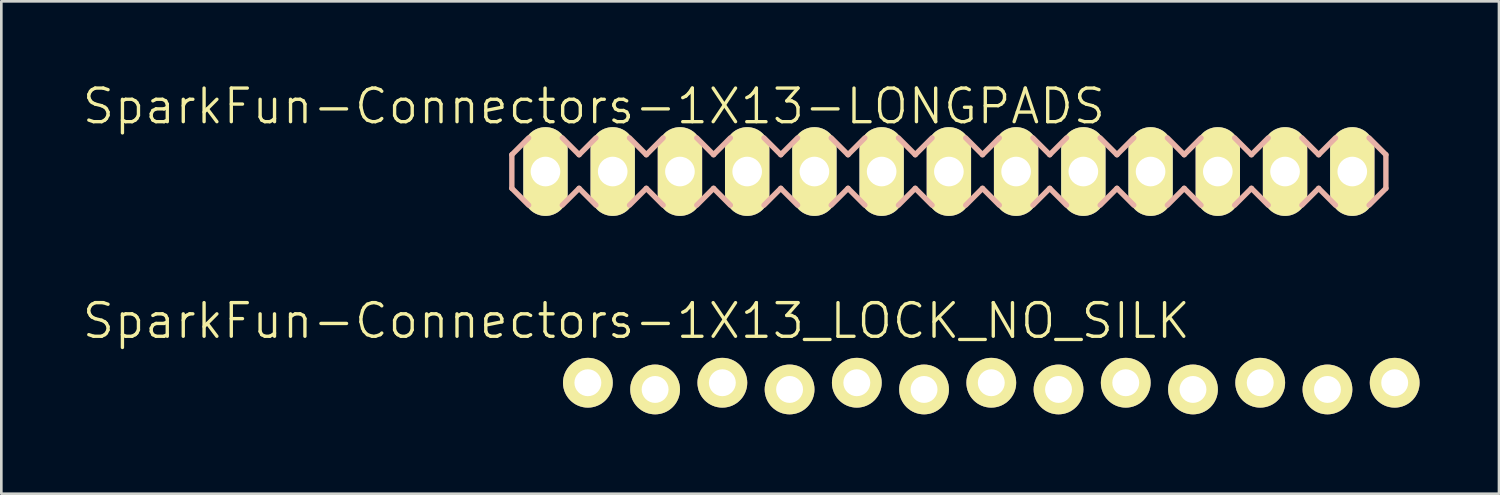
<source format=kicad_pcb>
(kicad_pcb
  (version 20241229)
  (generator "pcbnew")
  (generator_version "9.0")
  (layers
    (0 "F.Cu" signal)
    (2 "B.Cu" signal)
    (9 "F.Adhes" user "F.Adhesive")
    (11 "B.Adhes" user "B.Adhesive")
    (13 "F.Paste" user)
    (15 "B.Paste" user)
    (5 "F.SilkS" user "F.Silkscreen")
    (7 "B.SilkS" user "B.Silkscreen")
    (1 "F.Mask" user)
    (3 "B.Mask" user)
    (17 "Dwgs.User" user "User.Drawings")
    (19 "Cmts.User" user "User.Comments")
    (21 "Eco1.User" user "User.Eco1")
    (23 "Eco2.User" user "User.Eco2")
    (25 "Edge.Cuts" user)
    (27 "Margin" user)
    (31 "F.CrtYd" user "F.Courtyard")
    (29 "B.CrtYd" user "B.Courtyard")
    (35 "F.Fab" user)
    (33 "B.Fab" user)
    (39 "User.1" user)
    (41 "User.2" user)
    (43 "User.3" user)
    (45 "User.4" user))
  (footprint "SparkFun-Connectors-1X13_LOCK_NO_SILK"
    (layer "F.Cu")
    (at 19.159 11.536)
    (property "Reference" "SparkFun-Connectors-1X13_LOCK_NO_SILK" (at 1.829 -2.464 0) (layer "F.SilkS") (effects (font (size 1.27 1.27) (thickness 0.127))))
    (attr exclude_from_pos_files exclude_from_bom)
    (fp_line (start -0.254 -0.254) (end 0.254 -0.254) (stroke (width 0.066) (type solid)) (layer "F.SilkS"))
    (fp_line (start -0.254 0.254) (end -0.254 -0.254) (stroke (width 0.066) (type solid)) (layer "F.SilkS"))
    (fp_line (start -0.254 0.254) (end 0.254 0.254) (stroke (width 0.066) (type solid)) (layer "F.SilkS"))
    (fp_line (start 0.254 0.254) (end 0.254 -0.254) (stroke (width 0.066) (type solid)) (layer "F.SilkS"))
    (fp_line (start 2.286 -0.254) (end 2.794 -0.254) (stroke (width 0.066) (type solid)) (layer "F.SilkS"))
    (fp_line (start 2.286 0.254) (end 2.286 -0.254) (stroke (width 0.066) (type solid)) (layer "F.SilkS"))
    (fp_line (start 2.286 0.254) (end 2.794 0.254) (stroke (width 0.066) (type solid)) (layer "F.SilkS"))
    (fp_line (start 2.794 0.254) (end 2.794 -0.254) (stroke (width 0.066) (type solid)) (layer "F.SilkS"))
    (fp_line (start 4.826 -0.254) (end 5.334 -0.254) (stroke (width 0.066) (type solid)) (layer "F.SilkS"))
    (fp_line (start 4.826 0.254) (end 4.826 -0.254) (stroke (width 0.066) (type solid)) (layer "F.SilkS"))
    (fp_line (start 4.826 0.254) (end 5.334 0.254) (stroke (width 0.066) (type solid)) (layer "F.SilkS"))
    (fp_line (start 5.334 0.254) (end 5.334 -0.254) (stroke (width 0.066) (type solid)) (layer "F.SilkS"))
    (fp_line (start 7.366 -0.254) (end 7.874 -0.254) (stroke (width 0.066) (type solid)) (layer "F.SilkS"))
    (fp_line (start 7.366 0.254) (end 7.366 -0.254) (stroke (width 0.066) (type solid)) (layer "F.SilkS"))
    (fp_line (start 7.366 0.254) (end 7.874 0.254) (stroke (width 0.066) (type solid)) (layer "F.SilkS"))
    (fp_line (start 7.874 0.254) (end 7.874 -0.254) (stroke (width 0.066) (type solid)) (layer "F.SilkS"))
    (fp_line (start 9.906 -0.254) (end 10.414 -0.254) (stroke (width 0.066) (type solid)) (layer "F.SilkS"))
    (fp_line (start 9.906 0.254) (end 9.906 -0.254) (stroke (width 0.066) (type solid)) (layer "F.SilkS"))
    (fp_line (start 9.906 0.254) (end 10.414 0.254) (stroke (width 0.066) (type solid)) (layer "F.SilkS"))
    (fp_line (start 10.414 0.254) (end 10.414 -0.254) (stroke (width 0.066) (type solid)) (layer "F.SilkS"))
    (fp_line (start 12.446 -0.254) (end 12.954 -0.254) (stroke (width 0.066) (type solid)) (layer "F.SilkS"))
    (fp_line (start 12.446 0.254) (end 12.446 -0.254) (stroke (width 0.066) (type solid)) (layer "F.SilkS"))
    (fp_line (start 12.446 0.254) (end 12.954 0.254) (stroke (width 0.066) (type solid)) (layer "F.SilkS"))
    (fp_line (start 12.954 0.254) (end 12.954 -0.254) (stroke (width 0.066) (type solid)) (layer "F.SilkS"))
    (fp_line (start 14.986 -0.254) (end 15.494 -0.254) (stroke (width 0.066) (type solid)) (layer "F.SilkS"))
    (fp_line (start 14.986 0.254) (end 14.986 -0.254) (stroke (width 0.066) (type solid)) (layer "F.SilkS"))
    (fp_line (start 14.986 0.254) (end 15.494 0.254) (stroke (width 0.066) (type solid)) (layer "F.SilkS"))
    (fp_line (start 15.494 0.254) (end 15.494 -0.254) (stroke (width 0.066) (type solid)) (layer "F.SilkS"))
    (fp_line (start 17.523 -0.254) (end 18.034 -0.254) (stroke (width 0.066) (type solid)) (layer "F.SilkS"))
    (fp_line (start 17.523 0.254) (end 17.523 -0.254) (stroke (width 0.066) (type solid)) (layer "F.SilkS"))
    (fp_line (start 17.523 0.254) (end 18.034 0.254) (stroke (width 0.066) (type solid)) (layer "F.SilkS"))
    (fp_line (start 18.034 0.254) (end 18.034 -0.254) (stroke (width 0.066) (type solid)) (layer "F.SilkS"))
    (fp_line (start 20.066 -0.254) (end 20.574 -0.254) (stroke (width 0.066) (type solid)) (layer "F.SilkS"))
    (fp_line (start 20.066 0.254) (end 20.066 -0.254) (stroke (width 0.066) (type solid)) (layer "F.SilkS"))
    (fp_line (start 20.066 0.254) (end 20.574 0.254) (stroke (width 0.066) (type solid)) (layer "F.SilkS"))
    (fp_line (start 20.574 0.254) (end 20.574 -0.254) (stroke (width 0.066) (type solid)) (layer "F.SilkS"))
    (fp_line (start 22.606 -0.254) (end 23.114 -0.254) (stroke (width 0.066) (type solid)) (layer "F.SilkS"))
    (fp_line (start 22.606 0.254) (end 22.606 -0.254) (stroke (width 0.066) (type solid)) (layer "F.SilkS"))
    (fp_line (start 22.606 0.254) (end 23.114 0.254) (stroke (width 0.066) (type solid)) (layer "F.SilkS"))
    (fp_line (start 23.114 0.254) (end 23.114 -0.254) (stroke (width 0.066) (type solid)) (layer "F.SilkS"))
    (fp_line (start 25.146 -0.254) (end 25.654 -0.254) (stroke (width 0.066) (type solid)) (layer "F.SilkS"))
    (fp_line (start 25.146 0.254) (end 25.146 -0.254) (stroke (width 0.066) (type solid)) (layer "F.SilkS"))
    (fp_line (start 25.146 0.254) (end 25.654 0.254) (stroke (width 0.066) (type solid)) (layer "F.SilkS"))
    (fp_line (start 25.654 0.254) (end 25.654 -0.254) (stroke (width 0.066) (type solid)) (layer "F.SilkS"))
    (fp_line (start 27.686 -0.254) (end 28.194 -0.254) (stroke (width 0.066) (type solid)) (layer "F.SilkS"))
    (fp_line (start 27.686 0.254) (end 27.686 -0.254) (stroke (width 0.066) (type solid)) (layer "F.SilkS"))
    (fp_line (start 27.686 0.254) (end 28.194 0.254) (stroke (width 0.066) (type solid)) (layer "F.SilkS"))
    (fp_line (start 28.194 0.254) (end 28.194 -0.254) (stroke (width 0.066) (type solid)) (layer "F.SilkS"))
    (fp_line (start 30.226 -0.254) (end 30.734 -0.254) (stroke (width 0.066) (type solid)) (layer "F.SilkS"))
    (fp_line (start 30.226 0.254) (end 30.226 -0.254) (stroke (width 0.066) (type solid)) (layer "F.SilkS"))
    (fp_line (start 30.226 0.254) (end 30.734 0.254) (stroke (width 0.066) (type solid)) (layer "F.SilkS"))
    (fp_line (start 30.734 0.254) (end 30.734 -0.254) (stroke (width 0.066) (type solid)) (layer "F.SilkS"))
    (pad "1" thru_hole circle (at 0 -0.127) (size 1.88 1.88) (drill 1.016) (layers "*.Cu" "F.Mask" "F.SilkS" "F.Paste"))
    (pad "2" thru_hole circle (at 2.54 0.127) (size 1.88 1.88) (drill 1.016) (layers "*.Cu" "F.Mask" "F.SilkS" "F.Paste"))
    (pad "3" thru_hole circle (at 5.08 -0.127) (size 1.88 1.88) (drill 1.016) (layers "*.Cu" "F.Mask" "F.SilkS" "F.Paste"))
    (pad "4" thru_hole circle (at 7.62 0.127) (size 1.88 1.88) (drill 1.016) (layers "*.Cu" "F.Mask" "F.SilkS" "F.Paste"))
    (pad "5" thru_hole circle (at 10.16 -0.127) (size 1.88 1.88) (drill 1.016) (layers "*.Cu" "F.Mask" "F.SilkS" "F.Paste"))
    (pad "6" thru_hole circle (at 12.7 0.127) (size 1.88 1.88) (drill 1.016) (layers "*.Cu" "F.Mask" "F.SilkS" "F.Paste"))
    (pad "7" thru_hole circle (at 15.24 -0.127) (size 1.88 1.88) (drill 1.016) (layers "*.Cu" "F.Mask" "F.SilkS" "F.Paste"))
    (pad "8" thru_hole circle (at 17.78 0.127) (size 1.88 1.88) (drill 1.016) (layers "*.Cu" "F.Mask" "F.SilkS" "F.Paste"))
    (pad "9" thru_hole circle (at 20.32 -0.127) (size 1.88 1.88) (drill 1.016) (layers "*.Cu" "F.Mask" "F.SilkS" "F.Paste"))
    (pad "10" thru_hole circle (at 22.86 0.127) (size 1.88 1.88) (drill 1.016) (layers "*.Cu" "F.Mask" "F.SilkS" "F.Paste"))
    (pad "11" thru_hole circle (at 25.4 -0.127) (size 1.88 1.88) (drill 1.016) (layers "*.Cu" "F.Mask" "F.SilkS" "F.Paste"))
    (pad "12" thru_hole circle (at 27.94 0.127) (size 1.88 1.88) (drill 1.016) (layers "*.Cu" "F.Mask" "F.SilkS" "F.Paste"))
    (pad "13" thru_hole circle (at 30.48 -0.127) (size 1.88 1.88) (drill 1.016) (layers "*.Cu" "F.Mask" "F.SilkS" "F.Paste")))
  (footprint "SparkFun-Connectors-1X13-LONGPADS"
    (layer "F.Cu")
    (at 17.557 3.43)
    (property "Reference" "SparkFun-Connectors-1X13-LONGPADS" (at 1.829 -2.464 0) (layer "F.SilkS") (effects (font (size 1.27 1.27) (thickness 0.127))))
    (attr exclude_from_pos_files exclude_from_bom)
    (fp_line (start -0.254 -0.254) (end 0.254 -0.254) (stroke (width 0.066) (type solid)) (layer "F.SilkS"))
    (fp_line (start -0.254 0.254) (end -0.254 -0.254) (stroke (width 0.066) (type solid)) (layer "F.SilkS"))
    (fp_line (start -0.254 0.254) (end 0.254 0.254) (stroke (width 0.066) (type solid)) (layer "F.SilkS"))
    (fp_line (start 0.254 0.254) (end 0.254 -0.254) (stroke (width 0.066) (type solid)) (layer "F.SilkS"))
    (fp_line (start 2.286 -0.254) (end 2.794 -0.254) (stroke (width 0.066) (type solid)) (layer "F.SilkS"))
    (fp_line (start 2.286 0.254) (end 2.286 -0.254) (stroke (width 0.066) (type solid)) (layer "F.SilkS"))
    (fp_line (start 2.286 0.254) (end 2.794 0.254) (stroke (width 0.066) (type solid)) (layer "F.SilkS"))
    (fp_line (start 2.794 0.254) (end 2.794 -0.254) (stroke (width 0.066) (type solid)) (layer "F.SilkS"))
    (fp_line (start 4.826 -0.254) (end 5.334 -0.254) (stroke (width 0.066) (type solid)) (layer "F.SilkS"))
    (fp_line (start 4.826 0.254) (end 4.826 -0.254) (stroke (width 0.066) (type solid)) (layer "F.SilkS"))
    (fp_line (start 4.826 0.254) (end 5.334 0.254) (stroke (width 0.066) (type solid)) (layer "F.SilkS"))
    (fp_line (start 5.334 0.254) (end 5.334 -0.254) (stroke (width 0.066) (type solid)) (layer "F.SilkS"))
    (fp_line (start 7.366 -0.254) (end 7.874 -0.254) (stroke (width 0.066) (type solid)) (layer "F.SilkS"))
    (fp_line (start 7.366 0.254) (end 7.366 -0.254) (stroke (width 0.066) (type solid)) (layer "F.SilkS"))
    (fp_line (start 7.366 0.254) (end 7.874 0.254) (stroke (width 0.066) (type solid)) (layer "F.SilkS"))
    (fp_line (start 7.874 0.254) (end 7.874 -0.254) (stroke (width 0.066) (type solid)) (layer "F.SilkS"))
    (fp_line (start 9.906 -0.254) (end 10.414 -0.254) (stroke (width 0.066) (type solid)) (layer "F.SilkS"))
    (fp_line (start 9.906 0.254) (end 9.906 -0.254) (stroke (width 0.066) (type solid)) (layer "F.SilkS"))
    (fp_line (start 9.906 0.254) (end 10.414 0.254) (stroke (width 0.066) (type solid)) (layer "F.SilkS"))
    (fp_line (start 10.414 0.254) (end 10.414 -0.254) (stroke (width 0.066) (type solid)) (layer "F.SilkS"))
    (fp_line (start 12.446 -0.254) (end 12.954 -0.254) (stroke (width 0.066) (type solid)) (layer "F.SilkS"))
    (fp_line (start 12.446 0.254) (end 12.446 -0.254) (stroke (width 0.066) (type solid)) (layer "F.SilkS"))
    (fp_line (start 12.446 0.254) (end 12.954 0.254) (stroke (width 0.066) (type solid)) (layer "F.SilkS"))
    (fp_line (start 12.954 0.254) (end 12.954 -0.254) (stroke (width 0.066) (type solid)) (layer "F.SilkS"))
    (fp_line (start 14.986 -0.254) (end 15.494 -0.254) (stroke (width 0.066) (type solid)) (layer "F.SilkS"))
    (fp_line (start 14.986 0.254) (end 14.986 -0.254) (stroke (width 0.066) (type solid)) (layer "F.SilkS"))
    (fp_line (start 14.986 0.254) (end 15.494 0.254) (stroke (width 0.066) (type solid)) (layer "F.SilkS"))
    (fp_line (start 15.494 0.254) (end 15.494 -0.254) (stroke (width 0.066) (type solid)) (layer "F.SilkS"))
    (fp_line (start 17.523 -0.254) (end 18.034 -0.254) (stroke (width 0.066) (type solid)) (layer "F.SilkS"))
    (fp_line (start 17.523 0.254) (end 17.523 -0.254) (stroke (width 0.066) (type solid)) (layer "F.SilkS"))
    (fp_line (start 17.523 0.254) (end 18.034 0.254) (stroke (width 0.066) (type solid)) (layer "F.SilkS"))
    (fp_line (start 18.034 0.254) (end 18.034 -0.254) (stroke (width 0.066) (type solid)) (layer "F.SilkS"))
    (fp_line (start 20.066 -0.254) (end 20.574 -0.254) (stroke (width 0.066) (type solid)) (layer "F.SilkS"))
    (fp_line (start 20.066 0.254) (end 20.066 -0.254) (stroke (width 0.066) (type solid)) (layer "F.SilkS"))
    (fp_line (start 20.066 0.254) (end 20.574 0.254) (stroke (width 0.066) (type solid)) (layer "F.SilkS"))
    (fp_line (start 20.574 0.254) (end 20.574 -0.254) (stroke (width 0.066) (type solid)) (layer "F.SilkS"))
    (fp_line (start 22.606 -0.254) (end 23.114 -0.254) (stroke (width 0.066) (type solid)) (layer "F.SilkS"))
    (fp_line (start 22.606 0.254) (end 22.606 -0.254) (stroke (width 0.066) (type solid)) (layer "F.SilkS"))
    (fp_line (start 22.606 0.254) (end 23.114 0.254) (stroke (width 0.066) (type solid)) (layer "F.SilkS"))
    (fp_line (start 23.114 0.254) (end 23.114 -0.254) (stroke (width 0.066) (type solid)) (layer "F.SilkS"))
    (fp_line (start 25.146 -0.254) (end 25.654 -0.254) (stroke (width 0.066) (type solid)) (layer "F.SilkS"))
    (fp_line (start 25.146 0.254) (end 25.146 -0.254) (stroke (width 0.066) (type solid)) (layer "F.SilkS"))
    (fp_line (start 25.146 0.254) (end 25.654 0.254) (stroke (width 0.066) (type solid)) (layer "F.SilkS"))
    (fp_line (start 25.654 0.254) (end 25.654 -0.254) (stroke (width 0.066) (type solid)) (layer "F.SilkS"))
    (fp_line (start 27.686 -0.254) (end 28.194 -0.254) (stroke (width 0.066) (type solid)) (layer "F.SilkS"))
    (fp_line (start 27.686 0.254) (end 27.686 -0.254) (stroke (width 0.066) (type solid)) (layer "F.SilkS"))
    (fp_line (start 27.686 0.254) (end 28.194 0.254) (stroke (width 0.066) (type solid)) (layer "F.SilkS"))
    (fp_line (start 28.194 0.254) (end 28.194 -0.254) (stroke (width 0.066) (type solid)) (layer "F.SilkS"))
    (fp_line (start 30.226 -0.254) (end 30.734 -0.254) (stroke (width 0.066) (type solid)) (layer "F.SilkS"))
    (fp_line (start 30.226 0.254) (end 30.226 -0.254) (stroke (width 0.066) (type solid)) (layer "F.SilkS"))
    (fp_line (start 30.226 0.254) (end 30.734 0.254) (stroke (width 0.066) (type solid)) (layer "F.SilkS"))
    (fp_line (start 30.734 0.254) (end 30.734 -0.254) (stroke (width 0.066) (type solid)) (layer "F.SilkS"))
    (fp_line (start -1.27 -0.635) (end -1.27 0.635) (stroke (width 0.203) (type solid)) (layer "B.SilkS"))
    (fp_line (start -1.27 0.635) (end -0.635 1.27) (stroke (width 0.203) (type solid)) (layer "B.SilkS"))
    (fp_line (start -0.635 -1.27) (end -1.27 -0.635) (stroke (width 0.203) (type solid)) (layer "B.SilkS"))
    (fp_line (start 0.635 -1.27) (end 1.27 -0.635) (stroke (width 0.203) (type solid)) (layer "B.SilkS"))
    (fp_line (start 1.27 -0.635) (end 1.905 -1.27) (stroke (width 0.203) (type solid)) (layer "B.SilkS"))
    (fp_line (start 1.27 0.635) (end 0.635 1.27) (stroke (width 0.203) (type solid)) (layer "B.SilkS"))
    (fp_line (start 1.905 1.27) (end 1.27 0.635) (stroke (width 0.203) (type solid)) (layer "B.SilkS"))
    (fp_line (start 3.175 -1.27) (end 3.81 -0.635) (stroke (width 0.203) (type solid)) (layer "B.SilkS"))
    (fp_line (start 3.81 -0.635) (end 4.445 -1.27) (stroke (width 0.203) (type solid)) (layer "B.SilkS"))
    (fp_line (start 3.81 0.635) (end 3.175 1.27) (stroke (width 0.203) (type solid)) (layer "B.SilkS"))
    (fp_line (start 4.445 1.27) (end 3.81 0.635) (stroke (width 0.203) (type solid)) (layer "B.SilkS"))
    (fp_line (start 5.715 -1.27) (end 6.35 -0.635) (stroke (width 0.203) (type solid)) (layer "B.SilkS"))
    (fp_line (start 6.35 0.635) (end 5.715 1.27) (stroke (width 0.203) (type solid)) (layer "B.SilkS"))
    (fp_line (start 6.35 0.635) (end 6.985 1.27) (stroke (width 0.203) (type solid)) (layer "B.SilkS"))
    (fp_line (start 6.985 -1.27) (end 6.35 -0.635) (stroke (width 0.203) (type solid)) (layer "B.SilkS"))
    (fp_line (start 8.255 -1.27) (end 8.89 -0.635) (stroke (width 0.203) (type solid)) (layer "B.SilkS"))
    (fp_line (start 8.89 -0.635) (end 9.525 -1.27) (stroke (width 0.203) (type solid)) (layer "B.SilkS"))
    (fp_line (start 8.89 0.635) (end 8.255 1.27) (stroke (width 0.203) (type solid)) (layer "B.SilkS"))
    (fp_line (start 9.525 1.27) (end 8.89 0.635) (stroke (width 0.203) (type solid)) (layer "B.SilkS"))
    (fp_line (start 10.795 -1.27) (end 11.43 -0.635) (stroke (width 0.203) (type solid)) (layer "B.SilkS"))
    (fp_line (start 11.43 -0.635) (end 12.065 -1.27) (stroke (width 0.203) (type solid)) (layer "B.SilkS"))
    (fp_line (start 11.43 0.635) (end 10.795 1.27) (stroke (width 0.203) (type solid)) (layer "B.SilkS"))
    (fp_line (start 12.065 1.27) (end 11.43 0.635) (stroke (width 0.203) (type solid)) (layer "B.SilkS"))
    (fp_line (start 13.335 -1.27) (end 13.97 -0.635) (stroke (width 0.203) (type solid)) (layer "B.SilkS"))
    (fp_line (start 13.97 0.635) (end 13.335 1.27) (stroke (width 0.203) (type solid)) (layer "B.SilkS"))
    (fp_line (start 13.97 0.635) (end 14.605 1.27) (stroke (width 0.203) (type solid)) (layer "B.SilkS"))
    (fp_line (start 14.605 -1.27) (end 13.97 -0.635) (stroke (width 0.203) (type solid)) (layer "B.SilkS"))
    (fp_line (start 15.875 -1.27) (end 16.51 -0.635) (stroke (width 0.203) (type solid)) (layer "B.SilkS"))
    (fp_line (start 16.51 0.635) (end 15.875 1.27) (stroke (width 0.203) (type solid)) (layer "B.SilkS"))
    (fp_line (start 16.51 0.635) (end 17.145 1.27) (stroke (width 0.203) (type solid)) (layer "B.SilkS"))
    (fp_line (start 17.145 -1.27) (end 16.51 -0.635) (stroke (width 0.203) (type solid)) (layer "B.SilkS"))
    (fp_line (start 18.415 -1.27) (end 19.05 -0.635) (stroke (width 0.203) (type solid)) (layer "B.SilkS"))
    (fp_line (start 19.05 -0.635) (end 19.685 -1.27) (stroke (width 0.203) (type solid)) (layer "B.SilkS"))
    (fp_line (start 19.05 0.635) (end 18.415 1.27) (stroke (width 0.203) (type solid)) (layer "B.SilkS"))
    (fp_line (start 19.685 1.27) (end 19.05 0.635) (stroke (width 0.203) (type solid)) (layer "B.SilkS"))
    (fp_line (start 20.955 -1.27) (end 21.59 -0.635) (stroke (width 0.203) (type solid)) (layer "B.SilkS"))
    (fp_line (start 21.59 -0.635) (end 22.225 -1.27) (stroke (width 0.203) (type solid)) (layer "B.SilkS"))
    (fp_line (start 21.59 0.635) (end 20.955 1.27) (stroke (width 0.203) (type solid)) (layer "B.SilkS"))
    (fp_line (start 22.225 1.27) (end 21.59 0.635) (stroke (width 0.203) (type solid)) (layer "B.SilkS"))
    (fp_line (start 23.495 -1.27) (end 24.13 -0.635) (stroke (width 0.203) (type solid)) (layer "B.SilkS"))
    (fp_line (start 24.13 0.635) (end 23.495 1.27) (stroke (width 0.203) (type solid)) (layer "B.SilkS"))
    (fp_line (start 24.13 0.635) (end 24.765 1.27) (stroke (width 0.203) (type solid)) (layer "B.SilkS"))
    (fp_line (start 24.765 -1.27) (end 24.13 -0.635) (stroke (width 0.203) (type solid)) (layer "B.SilkS"))
    (fp_line (start 26.035 -1.27) (end 26.67 -0.635) (stroke (width 0.203) (type solid)) (layer "B.SilkS"))
    (fp_line (start 26.67 -0.635) (end 27.305 -1.27) (stroke (width 0.203) (type solid)) (layer "B.SilkS"))
    (fp_line (start 26.67 0.635) (end 26.035 1.27) (stroke (width 0.203) (type solid)) (layer "B.SilkS"))
    (fp_line (start 27.305 1.27) (end 26.67 0.635) (stroke (width 0.203) (type solid)) (layer "B.SilkS"))
    (fp_line (start 28.575 -1.27) (end 29.21 -0.635) (stroke (width 0.203) (type solid)) (layer "B.SilkS"))
    (fp_line (start 29.21 -0.635) (end 29.845 -1.27) (stroke (width 0.203) (type solid)) (layer "B.SilkS"))
    (fp_line (start 29.21 0.635) (end 28.575 1.27) (stroke (width 0.203) (type solid)) (layer "B.SilkS"))
    (fp_line (start 29.845 1.27) (end 29.21 0.635) (stroke (width 0.203) (type solid)) (layer "B.SilkS"))
    (fp_line (start 31.115 -1.27) (end 31.75 -0.635) (stroke (width 0.203) (type solid)) (layer "B.SilkS"))
    (fp_line (start 31.75 0.635) (end 31.115 1.27) (stroke (width 0.203) (type solid)) (layer "B.SilkS"))
    (fp_line (start 31.75 0.635) (end 31.75 -0.635) (stroke (width 0.203) (type solid)) (layer "B.SilkS"))
    (pad "1" thru_hole oval (at 0 0 180) (size 1.676 3.353) (drill 1.118) (layers "*.Cu" "F.Mask" "F.SilkS" "F.Paste"))
    (pad "2" thru_hole oval (at 2.54 0 180) (size 1.676 3.353) (drill 1.118) (layers "*.Cu" "F.Mask" "F.SilkS" "F.Paste"))
    (pad "3" thru_hole oval (at 5.08 0 180) (size 1.676 3.353) (drill 1.118) (layers "*.Cu" "F.Mask" "F.SilkS" "F.Paste"))
    (pad "4" thru_hole oval (at 7.62 0 180) (size 1.676 3.353) (drill 1.118) (layers "*.Cu" "F.Mask" "F.SilkS" "F.Paste"))
    (pad "5" thru_hole oval (at 10.16 0 180) (size 1.676 3.353) (drill 1.118) (layers "*.Cu" "F.Mask" "F.SilkS" "F.Paste"))
    (pad "6" thru_hole oval (at 12.7 0 180) (size 1.676 3.353) (drill 1.118) (layers "*.Cu" "F.Mask" "F.SilkS" "F.Paste"))
    (pad "7" thru_hole oval (at 15.24 0 180) (size 1.676 3.353) (drill 1.118) (layers "*.Cu" "F.Mask" "F.SilkS" "F.Paste"))
    (pad "8" thru_hole oval (at 17.78 0 180) (size 1.676 3.353) (drill 1.118) (layers "*.Cu" "F.Mask" "F.SilkS" "F.Paste"))
    (pad "9" thru_hole oval (at 20.32 0 180) (size 1.676 3.353) (drill 1.118) (layers "*.Cu" "F.Mask" "F.SilkS" "F.Paste"))
    (pad "10" thru_hole oval (at 22.86 0 180) (size 1.676 3.353) (drill 1.118) (layers "*.Cu" "F.Mask" "F.SilkS" "F.Paste"))
    (pad "11" thru_hole oval (at 25.4 0 180) (size 1.676 3.353) (drill 1.118) (layers "*.Cu" "F.Mask" "F.SilkS" "F.Paste"))
    (pad "12" thru_hole oval (at 27.94 0 180) (size 1.676 3.353) (drill 1.118) (layers "*.Cu" "F.Mask" "F.SilkS" "F.Paste"))
    (pad "13" thru_hole oval (at 30.48 0 180) (size 1.676 3.353) (drill 1.118) (layers "*.Cu" "F.Mask" "F.SilkS" "F.Paste")))
  (gr_rect
    (start -3 -3)
    (end 53.579 15.602)
    (stroke (width 0.1) (type default))
    (fill no)
    (layer "Edge.Cuts")))
</source>
